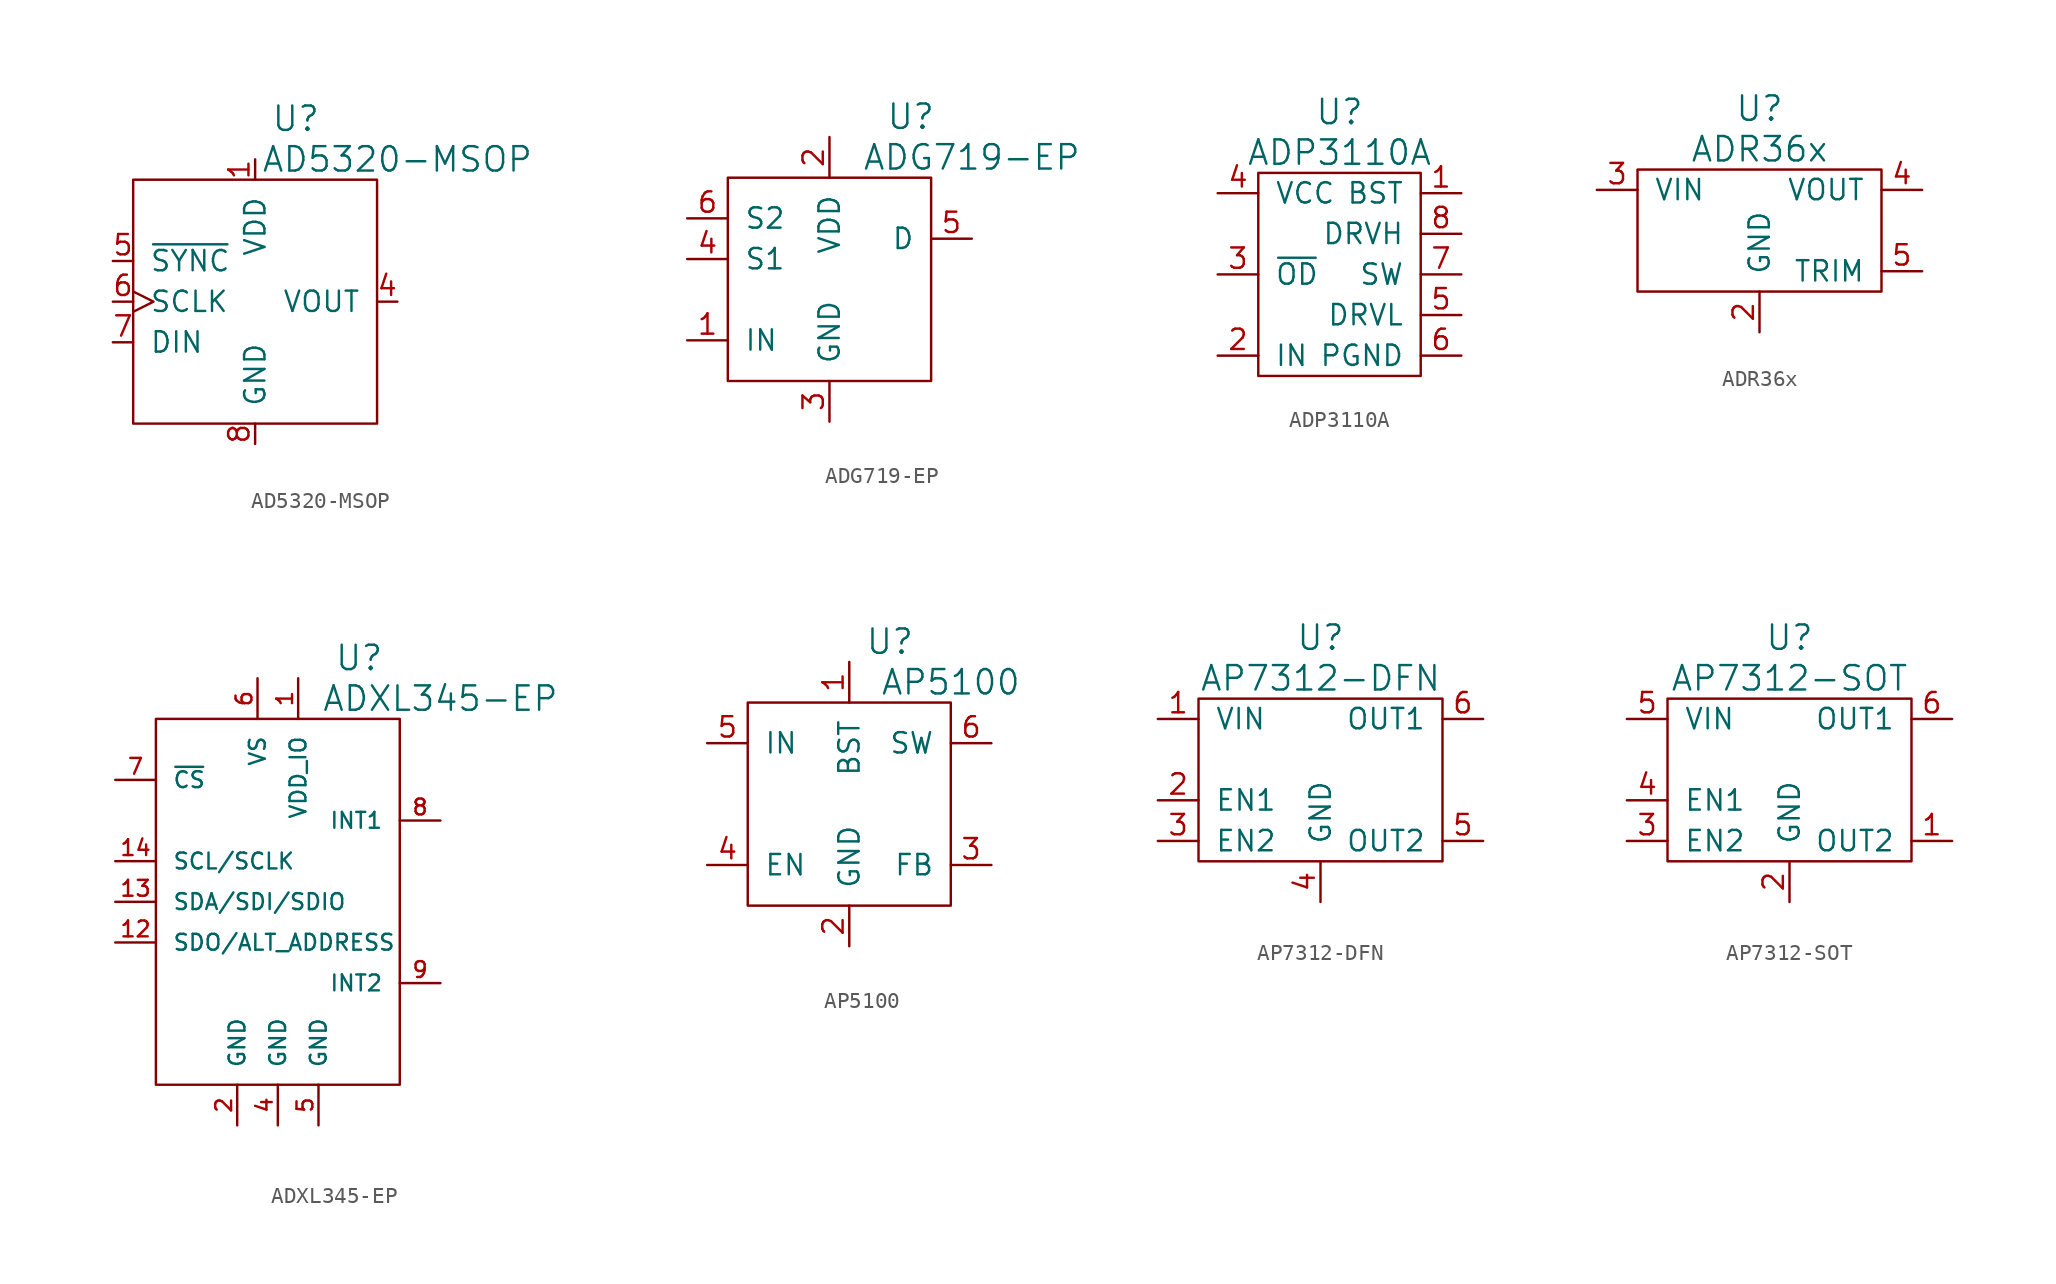
<source format=kicad_sym>
(kicad_symbol_lib
  (version 20220914)
  (generator kicad_symbol_editor)
  (symbol "AD5320-MSOP"
    (pin_names
      (offset 1.016))
    (property "Reference" "U"
      (at 2.54 12.7 0)
      (effects (font (size 1.524 1.524))))
    (property "Value" "AD5320-MSOP"
      (at 8.89 10.16 0)
      (effects (font (size 1.524 1.524))))
    (property "Footprint" ""
      (at 0 0 0)
      (effects (font (size 1.524 1.524))))
    (property "Datasheet" ""
      (at 0 0 0)
      (effects (font (size 1.524 1.524))))
    (symbol "AD5320-MSOP_0_1"
      (rectangle (start -7.62 8.89) (end 7.62 -6.35) (stroke (width 0) (type solid)) (fill (type none))))
    (symbol "AD5320-MSOP_1_1"
      (pin passive line (at 0 10.16 270) (length 1.27) (name "VDD" (effects (font (size 1.27 1.27)))) (number "1" (effects (font (size 1.27 1.27)))))
      (pin passive line (at 8.89 1.27 180) (length 1.27) (name "VOUT" (effects (font (size 1.27 1.27)))) (number "4" (effects (font (size 1.27 1.27)))))
      (pin passive line (at -8.89 3.81 0) (length 1.27) (name "~{SYNC}" (effects (font (size 1.27 1.27)))) (number "5" (effects (font (size 1.27 1.27)))))
      (pin passive clock (at -8.89 1.27 0) (length 1.27) (name "SCLK" (effects (font (size 1.27 1.27)))) (number "6" (effects (font (size 1.27 1.27)))))
      (pin passive line (at -8.89 -1.27 0) (length 1.27) (name "DIN" (effects (font (size 1.27 1.27)))) (number "7" (effects (font (size 1.27 1.27)))))
      (pin passive line (at 0 -7.62 90) (length 1.27) (name "GND" (effects (font (size 1.27 1.27)))) (number "8" (effects (font (size 1.27 1.27)))))))
  (symbol "ADG719-EP"
    (pin_names
      (offset 1.016))
    (property "Reference" "U"
      (at 5.08 10.16 0)
      (effects (font (size 1.524 1.524))))
    (property "Value" "ADG719-EP"
      (at 8.89 7.62 0)
      (effects (font (size 1.524 1.524))))
    (property "Footprint" ""
      (at 0 0 0)
      (effects (font (size 1.524 1.524))))
    (property "Datasheet" ""
      (at 0 0 0)
      (effects (font (size 1.524 1.524))))
    (symbol "ADG719-EP_0_1"
      (rectangle (start -6.35 6.35) (end 6.35 -6.35) (stroke (width 0) (type solid)) (fill (type none))))
    (symbol "ADG719-EP_1_1"
      (pin passive line (at -8.89 -3.81 0) (length 2.54) (name "IN" (effects (font (size 1.27 1.27)))) (number "1" (effects (font (size 1.27 1.27)))))
      (pin passive line (at 0 8.89 270) (length 2.54) (name "VDD" (effects (font (size 1.27 1.27)))) (number "2" (effects (font (size 1.27 1.27)))))
      (pin passive line (at 0 -8.89 90) (length 2.54) (name "GND" (effects (font (size 1.27 1.27)))) (number "3" (effects (font (size 1.27 1.27)))))
      (pin passive line (at -8.89 1.27 0) (length 2.54) (name "S1" (effects (font (size 1.27 1.27)))) (number "4" (effects (font (size 1.27 1.27)))))
      (pin passive line (at 8.89 2.54 180) (length 2.54) (name "D" (effects (font (size 1.27 1.27)))) (number "5" (effects (font (size 1.27 1.27)))))
      (pin passive line (at -8.89 3.81 0) (length 2.54) (name "S2" (effects (font (size 1.27 1.27)))) (number "6" (effects (font (size 1.27 1.27)))))))
  (symbol "ADP3110A"
    (pin_names
      (offset 1.016))
    (property "Reference" "U"
      (at 0 10.16 0)
      (effects (font (size 1.524 1.524))))
    (property "Value" "ADP3110A"
      (at 0 7.62 0)
      (effects (font (size 1.524 1.524))))
    (property "Footprint" ""
      (at 0 0 0)
      (effects (font (size 1.524 1.524))))
    (property "Datasheet" ""
      (at 0 0 0)
      (effects (font (size 1.524 1.524))))
    (symbol "ADP3110A_0_1"
      (rectangle (start 5.08 6.35) (end -5.08 -6.35) (stroke (width 0) (type solid)) (fill (type none))))
    (symbol "ADP3110A_1_1"
      (pin passive line (at 7.62 5.08 180) (length 2.54) (name "BST" (effects (font (size 1.27 1.27)))) (number "1" (effects (font (size 1.27 1.27)))))
      (pin passive line (at -7.62 -5.08 0) (length 2.54) (name "IN" (effects (font (size 1.27 1.27)))) (number "2" (effects (font (size 1.27 1.27)))))
      (pin passive line (at -7.62 0 0) (length 2.54) (name "~{OD}" (effects (font (size 1.27 1.27)))) (number "3" (effects (font (size 1.27 1.27)))))
      (pin passive line (at -7.62 5.08 0) (length 2.54) (name "VCC" (effects (font (size 1.27 1.27)))) (number "4" (effects (font (size 1.27 1.27)))))
      (pin passive line (at 7.62 -2.54 180) (length 2.54) (name "DRVL" (effects (font (size 1.27 1.27)))) (number "5" (effects (font (size 1.27 1.27)))))
      (pin passive line (at 7.62 -5.08 180) (length 2.54) (name "PGND" (effects (font (size 1.27 1.27)))) (number "6" (effects (font (size 1.27 1.27)))))
      (pin passive line (at 7.62 0 180) (length 2.54) (name "SW" (effects (font (size 1.27 1.27)))) (number "7" (effects (font (size 1.27 1.27)))))
      (pin passive line (at 7.62 2.54 180) (length 2.54) (name "DRVH" (effects (font (size 1.27 1.27)))) (number "8" (effects (font (size 1.27 1.27)))))))
  (symbol "ADR36x"
    (pin_names
      (offset 1.016))
    (property "Reference" "U"
      (at 0 7.62 0)
      (effects (font (size 1.524 1.524))))
    (property "Value" "ADR36x"
      (at 0 5.08 0)
      (effects (font (size 1.524 1.524))))
    (property "Footprint" ""
      (at 0 2.54 0)
      (effects (font (size 1.524 1.524))))
    (property "Datasheet" ""
      (at 0 0 0)
      (effects (font (size 1.524 1.524))))
    (symbol "ADR36x_0_1"
      (rectangle (start 7.62 3.81) (end -7.62 -3.81) (stroke (width 0) (type solid)) (fill (type none))))
    (symbol "ADR36x_1_1"
      (pin passive line (at 0 -6.35 90) (length 2.54) (name "GND" (effects (font (size 1.27 1.27)))) (number "2" (effects (font (size 1.27 1.27)))))
      (pin passive line (at -10.16 2.54 0) (length 2.54) (name "VIN" (effects (font (size 1.27 1.27)))) (number "3" (effects (font (size 1.27 1.27)))))
      (pin passive line (at 10.16 2.54 180) (length 2.54) (name "VOUT" (effects (font (size 1.27 1.27)))) (number "4" (effects (font (size 1.27 1.27)))))
      (pin passive line (at 10.16 -2.54 180) (length 2.54) (name "TRIM" (effects (font (size 1.27 1.27)))) (number "5" (effects (font (size 1.27 1.27)))))))
  (symbol "ADXL345-EP"
    (pin_names
      (offset 1.016))
    (property "Reference" "U"
      (at 5.08 15.24 0)
      (effects (font (size 1.524 1.524))))
    (property "Value" "ADXL345-EP"
      (at 10.16 12.7 0)
      (effects (font (size 1.524 1.524))))
    (property "Footprint" ""
      (at 1.27 0 0)
      (effects (font (size 1.524 1.524))))
    (property "Datasheet" ""
      (at 0 0 0)
      (effects (font (size 1.524 1.524))))
    (symbol "ADXL345-EP_0_1"
      (rectangle (start -7.62 11.43) (end 7.62 -11.43) (stroke (width 0) (type solid)) (fill (type none))))
    (symbol "ADXL345-EP_1_1"
      (pin passive line (at 1.27 13.97 270) (length 2.54) (name "VDD_IO" (effects (font (size 0.991 0.991)))) (number "1" (effects (font (size 0.991 0.991)))))
      (pin passive line (at -10.16 -2.54 0) (length 2.54) (name "SDO/ALT_ADDRESS" (effects (font (size 0.991 0.991)))) (number "12" (effects (font (size 0.991 0.991)))))
      (pin passive line (at -10.16 0 0) (length 2.54) (name "SDA/SDI/SDIO" (effects (font (size 0.991 0.991)))) (number "13" (effects (font (size 0.991 0.991)))))
      (pin passive line (at -10.16 2.54 0) (length 2.54) (name "SCL/SCLK" (effects (font (size 0.991 0.991)))) (number "14" (effects (font (size 0.991 0.991)))))
      (pin passive line (at -2.54 -13.97 90) (length 2.54) (name "GND" (effects (font (size 0.991 0.991)))) (number "2" (effects (font (size 0.991 0.991)))))
      (pin passive line (at 0 -13.97 90) (length 2.54) (name "GND" (effects (font (size 0.991 0.991)))) (number "4" (effects (font (size 0.991 0.991)))))
      (pin passive line (at 2.54 -13.97 90) (length 2.54) (name "GND" (effects (font (size 0.991 0.991)))) (number "5" (effects (font (size 0.991 0.991)))))
      (pin passive line (at -1.27 13.97 270) (length 2.54) (name "VS" (effects (font (size 0.991 0.991)))) (number "6" (effects (font (size 0.991 0.991)))))
      (pin passive line (at -10.16 7.62 0) (length 2.54) (name "~{CS}" (effects (font (size 0.991 0.991)))) (number "7" (effects (font (size 0.991 0.991)))))
      (pin passive line (at 10.16 5.08 180) (length 2.54) (name "INT1" (effects (font (size 0.991 0.991)))) (number "8" (effects (font (size 0.991 0.991)))))
      (pin passive line (at 10.16 -5.08 180) (length 2.54) (name "INT2" (effects (font (size 0.991 0.991)))) (number "9" (effects (font (size 0.991 0.991)))))))
  (symbol "AP5100"
    (pin_names
      (offset 1.016))
    (property "Reference" "U"
      (at 2.54 10.16 0)
      (effects (font (size 1.524 1.524))))
    (property "Value" "AP5100"
      (at 6.35 7.62 0)
      (effects (font (size 1.524 1.524))))
    (property "Footprint" ""
      (at 0 0 0)
      (effects (font (size 1.524 1.524))))
    (property "Datasheet" ""
      (at 0 0 0)
      (effects (font (size 1.524 1.524))))
    (symbol "AP5100_0_1"
      (rectangle (start -6.35 6.35) (end 6.35 -6.35) (stroke (width 0) (type solid)) (fill (type none))))
    (symbol "AP5100_1_1"
      (pin passive line (at 0 8.89 270) (length 2.54) (name "BST" (effects (font (size 1.27 1.27)))) (number "1" (effects (font (size 1.27 1.27)))))
      (pin passive line (at 0 -8.89 90) (length 2.54) (name "GND" (effects (font (size 1.27 1.27)))) (number "2" (effects (font (size 1.27 1.27)))))
      (pin passive line (at 8.89 -3.81 180) (length 2.54) (name "FB" (effects (font (size 1.27 1.27)))) (number "3" (effects (font (size 1.27 1.27)))))
      (pin passive line (at -8.89 -3.81 0) (length 2.54) (name "EN" (effects (font (size 1.27 1.27)))) (number "4" (effects (font (size 1.27 1.27)))))
      (pin passive line (at -8.89 3.81 0) (length 2.54) (name "IN" (effects (font (size 1.27 1.27)))) (number "5" (effects (font (size 1.27 1.27)))))
      (pin passive line (at 8.89 3.81 180) (length 2.54) (name "SW" (effects (font (size 1.27 1.27)))) (number "6" (effects (font (size 1.27 1.27)))))))
  (symbol "AP7312-DFN"
    (pin_names
      (offset 1.016))
    (property "Reference" "U"
      (at 0 8.89 0)
      (effects (font (size 1.524 1.524))))
    (property "Value" "AP7312-DFN"
      (at 0 6.35 0)
      (effects (font (size 1.524 1.524))))
    (property "Footprint" ""
      (at 0 0 0)
      (effects (font (size 1.524 1.524))))
    (property "Datasheet" ""
      (at 0 0 0)
      (effects (font (size 1.524 1.524))))
    (symbol "AP7312-DFN_0_1"
      (rectangle (start -7.62 5.08) (end 7.62 -5.08) (stroke (width 0) (type solid)) (fill (type none))))
    (symbol "AP7312-DFN_1_1"
      (pin passive line (at -10.16 3.81 0) (length 2.54) (name "VIN" (effects (font (size 1.27 1.27)))) (number "1" (effects (font (size 1.27 1.27)))))
      (pin passive line (at -10.16 -1.27 0) (length 2.54) (name "EN1" (effects (font (size 1.27 1.27)))) (number "2" (effects (font (size 1.27 1.27)))))
      (pin passive line (at -10.16 -3.81 0) (length 2.54) (name "EN2" (effects (font (size 1.27 1.27)))) (number "3" (effects (font (size 1.27 1.27)))))
      (pin passive line (at 0 -7.62 90) (length 2.54) (name "GND" (effects (font (size 1.27 1.27)))) (number "4" (effects (font (size 1.27 1.27)))))
      (pin passive line (at 10.16 -3.81 180) (length 2.54) (name "OUT2" (effects (font (size 1.27 1.27)))) (number "5" (effects (font (size 1.27 1.27)))))
      (pin passive line (at 10.16 3.81 180) (length 2.54) (name "OUT1" (effects (font (size 1.27 1.27)))) (number "6" (effects (font (size 1.27 1.27)))))))
  (symbol "AP7312-SOT"
    (pin_names
      (offset 1.016))
    (property "Reference" "U"
      (at 0 8.89 0)
      (effects (font (size 1.524 1.524))))
    (property "Value" "AP7312-SOT"
      (at 0 6.35 0)
      (effects (font (size 1.524 1.524))))
    (property "Footprint" ""
      (at 0 0 0)
      (effects (font (size 1.524 1.524))))
    (property "Datasheet" ""
      (at 0 0 0)
      (effects (font (size 1.524 1.524))))
    (symbol "AP7312-SOT_0_1"
      (rectangle (start -7.62 5.08) (end 7.62 -5.08) (stroke (width 0) (type solid)) (fill (type none))))
    (symbol "AP7312-SOT_1_1"
      (pin passive line (at 10.16 -3.81 180) (length 2.54) (name "OUT2" (effects (font (size 1.27 1.27)))) (number "1" (effects (font (size 1.27 1.27)))))
      (pin passive line (at 0 -7.62 90) (length 2.54) (name "GND" (effects (font (size 1.27 1.27)))) (number "2" (effects (font (size 1.27 1.27)))))
      (pin passive line (at -10.16 -3.81 0) (length 2.54) (name "EN2" (effects (font (size 1.27 1.27)))) (number "3" (effects (font (size 1.27 1.27)))))
      (pin passive line (at -10.16 -1.27 0) (length 2.54) (name "EN1" (effects (font (size 1.27 1.27)))) (number "4" (effects (font (size 1.27 1.27)))))
      (pin passive line (at -10.16 3.81 0) (length 2.54) (name "VIN" (effects (font (size 1.27 1.27)))) (number "5" (effects (font (size 1.27 1.27)))))
      (pin passive line (at 10.16 3.81 180) (length 2.54) (name "OUT1" (effects (font (size 1.27 1.27)))) (number "6" (effects (font (size 1.27 1.27))))))))
</source>
